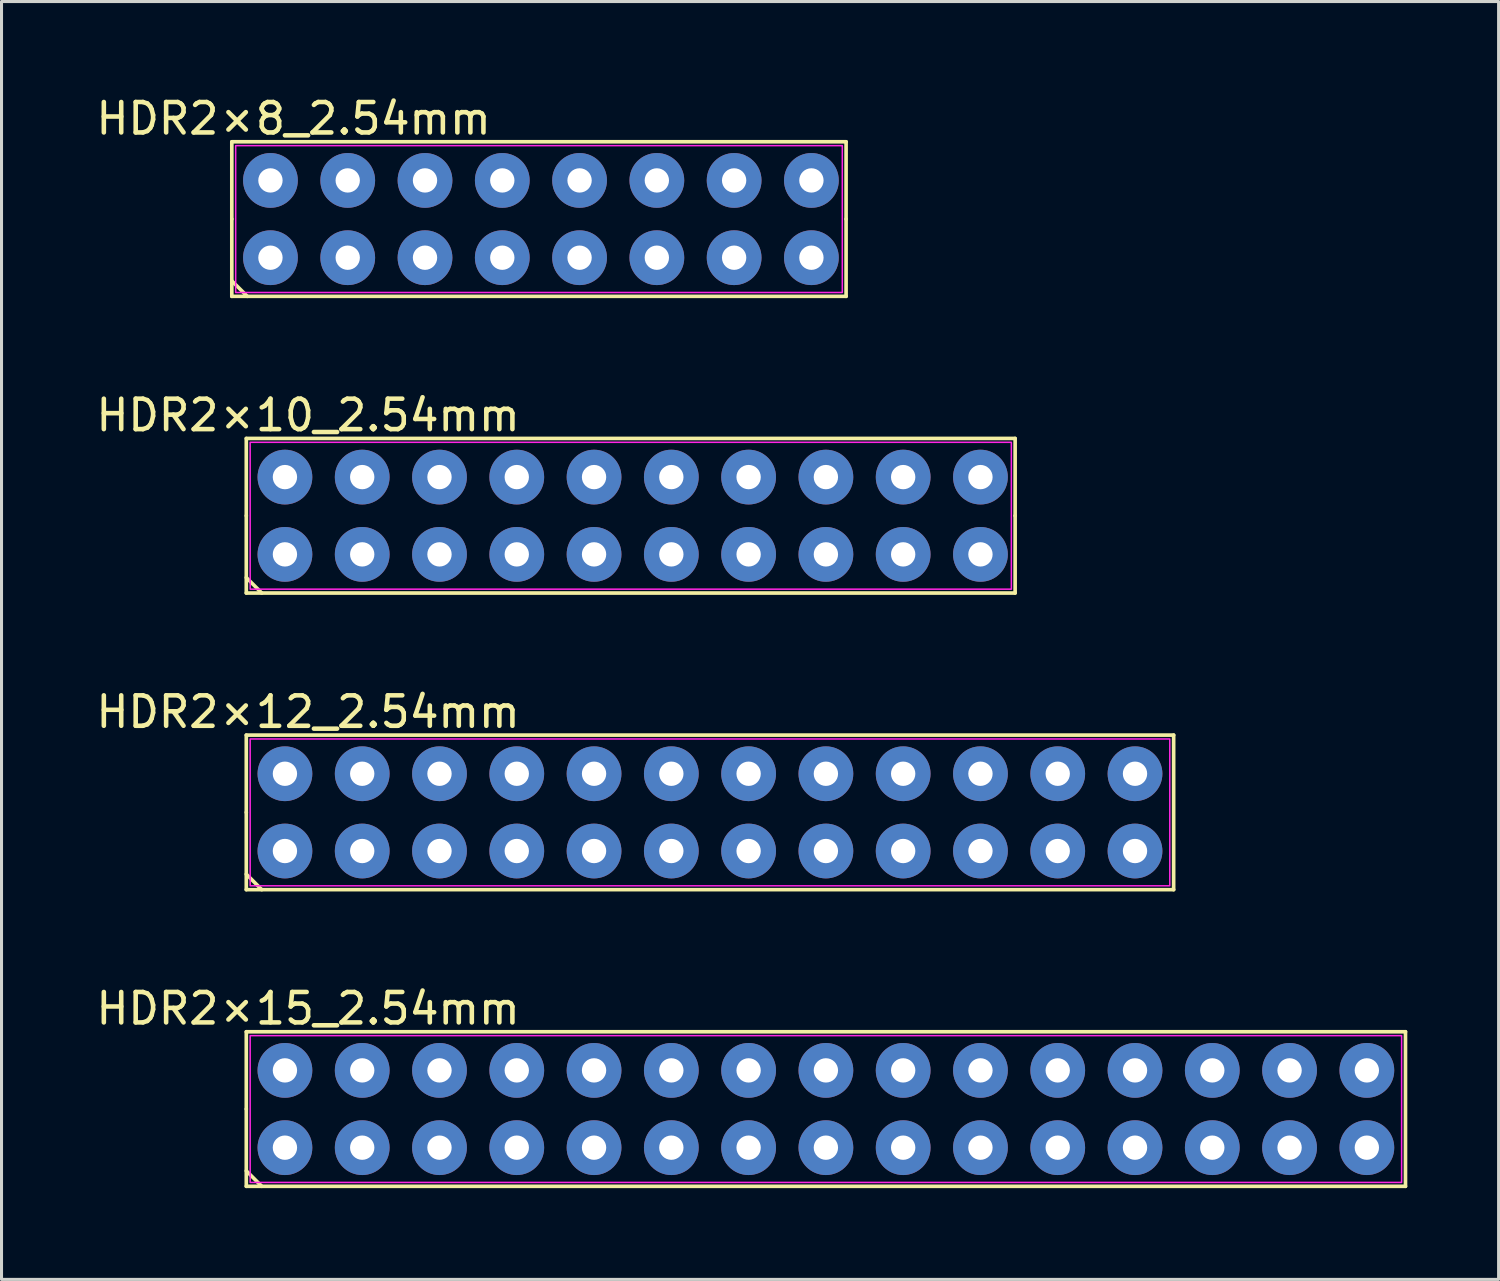
<source format=kicad_pcb>
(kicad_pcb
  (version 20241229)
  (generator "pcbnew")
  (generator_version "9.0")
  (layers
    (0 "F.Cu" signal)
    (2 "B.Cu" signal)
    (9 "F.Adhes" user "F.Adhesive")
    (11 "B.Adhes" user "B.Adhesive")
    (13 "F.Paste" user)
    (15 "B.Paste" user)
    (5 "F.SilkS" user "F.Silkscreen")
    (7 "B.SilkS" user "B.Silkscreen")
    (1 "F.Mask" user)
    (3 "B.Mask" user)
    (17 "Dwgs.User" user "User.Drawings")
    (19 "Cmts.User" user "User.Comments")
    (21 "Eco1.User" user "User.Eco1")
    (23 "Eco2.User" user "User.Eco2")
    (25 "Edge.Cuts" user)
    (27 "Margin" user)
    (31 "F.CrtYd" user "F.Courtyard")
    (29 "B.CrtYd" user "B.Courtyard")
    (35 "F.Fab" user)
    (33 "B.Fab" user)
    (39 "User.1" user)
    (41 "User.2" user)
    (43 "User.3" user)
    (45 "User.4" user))
  (footprint "HDR2×10_2.54mm"
    (layer "F.Cu")
    (at 6.315 15.171)
    (property "Reference" "HDR2×10_2.54mm" (at 0.762 -4.572 0) (layer "F.SilkS") (effects (font (size 1 1) (thickness 0.15))))
    (attr through_hole)
    (fp_line (start -1.27 -3.81) (end -1.27 -1.27) (stroke (width 0.12) (type solid)) (layer "F.SilkS"))
    (fp_line (start -1.27 -3.81) (end 24 -3.81) (stroke (width 0.12) (type solid)) (layer "F.SilkS"))
    (fp_line (start -1.27 -1.27) (end -1.27 1.27) (stroke (width 0.12) (type solid)) (layer "F.SilkS"))
    (fp_line (start -1.27 1.27) (end 24 1.27) (stroke (width 0.12) (type solid)) (layer "F.SilkS"))
    (fp_line (start -0.762 1.27) (end -1.27 0.762) (stroke (width 0.12) (type solid)) (layer "F.SilkS"))
    (fp_line (start 24 -3.81) (end 24 -1.27) (stroke (width 0.12) (type solid)) (layer "F.SilkS"))
    (fp_line (start 24 -1.27) (end 24 1.27) (stroke (width 0.12) (type solid)) (layer "F.SilkS"))
    (fp_rect (start -1.143 -3.683) (end 23.876 1.143) (stroke (width 0.05) (type default)) (fill no) (layer "F.CrtYd"))
    (pad "1" thru_hole circle (at 0 0) (size 1.8 1.8) (drill 0.8) (layers "*.Cu" "*.Mask"))
    (pad "2" thru_hole circle (at 0 -2.54) (size 1.8 1.8) (drill 0.8) (layers "*.Cu" "*.Mask"))
    (pad "3" thru_hole circle (at 2.54 0) (size 1.8 1.8) (drill 0.8) (layers "*.Cu" "*.Mask"))
    (pad "4" thru_hole circle (at 2.54 -2.54) (size 1.8 1.8) (drill 0.8) (layers "*.Cu" "*.Mask"))
    (pad "5" thru_hole circle (at 5.08 0) (size 1.8 1.8) (drill 0.8) (layers "*.Cu" "*.Mask"))
    (pad "6" thru_hole circle (at 5.08 -2.54) (size 1.8 1.8) (drill 0.8) (layers "*.Cu" "*.Mask"))
    (pad "7" thru_hole circle (at 7.62 0) (size 1.8 1.8) (drill 0.8) (layers "*.Cu" "*.Mask"))
    (pad "8" thru_hole circle (at 7.62 -2.54) (size 1.8 1.8) (drill 0.8) (layers "*.Cu" "*.Mask"))
    (pad "9" thru_hole circle (at 10.16 0) (size 1.8 1.8) (drill 0.8) (layers "*.Cu" "*.Mask"))
    (pad "10" thru_hole circle (at 10.16 -2.54) (size 1.8 1.8) (drill 0.8) (layers "*.Cu" "*.Mask"))
    (pad "11" thru_hole circle (at 12.7 0) (size 1.8 1.8) (drill 0.8) (layers "*.Cu" "*.Mask"))
    (pad "12" thru_hole circle (at 12.7 -2.54) (size 1.8 1.8) (drill 0.8) (layers "*.Cu" "*.Mask"))
    (pad "13" thru_hole circle (at 15.24 0) (size 1.8 1.8) (drill 0.8) (layers "*.Cu" "*.Mask"))
    (pad "14" thru_hole circle (at 15.24 -2.54) (size 1.8 1.8) (drill 0.8) (layers "*.Cu" "*.Mask"))
    (pad "15" thru_hole circle (at 17.78 0) (size 1.8 1.8) (drill 0.8) (layers "*.Cu" "*.Mask"))
    (pad "16" thru_hole circle (at 17.78 -2.54) (size 1.8 1.8) (drill 0.8) (layers "*.Cu" "*.Mask"))
    (pad "17" thru_hole circle (at 20.32 0) (size 1.8 1.8) (drill 0.8) (layers "*.Cu" "*.Mask"))
    (pad "18" thru_hole circle (at 20.32 -2.54) (size 1.8 1.8) (drill 0.8) (layers "*.Cu" "*.Mask"))
    (pad "19" thru_hole circle (at 22.86 0) (size 1.8 1.8) (drill 0.8) (layers "*.Cu" "*.Mask"))
    (pad "20" thru_hole circle (at 22.86 -2.54) (size 1.8 1.8) (drill 0.8) (layers "*.Cu" "*.Mask")))
  (footprint "HDR2×12_2.54mm"
    (layer "F.Cu")
    (at 6.315 24.921)
    (property "Reference" "HDR2×12_2.54mm" (at 0.762 -4.572 0) (layer "F.SilkS") (effects (font (size 1 1) (thickness 0.15))))
    (attr through_hole)
    (fp_line (start -1.27 -3.81) (end -1.27 -1.27) (stroke (width 0.12) (type solid)) (layer "F.SilkS"))
    (fp_line (start -1.27 -3.81) (end 29.21 -3.81) (stroke (width 0.12) (type solid)) (layer "F.SilkS"))
    (fp_line (start -1.27 -1.27) (end -1.27 1.27) (stroke (width 0.12) (type solid)) (layer "F.SilkS"))
    (fp_line (start -1.27 1.27) (end 29.21 1.27) (stroke (width 0.12) (type solid)) (layer "F.SilkS"))
    (fp_line (start -0.762 1.27) (end -1.27 0.762) (stroke (width 0.12) (type solid)) (layer "F.SilkS"))
    (fp_line (start 29.21 -3.81) (end 29.21 1.27) (stroke (width 0.12) (type solid)) (layer "F.SilkS"))
    (fp_rect (start -1.143 -3.683) (end 29.083 1.143) (stroke (width 0.05) (type default)) (fill no) (layer "F.CrtYd"))
    (pad "1" thru_hole circle (at 0 0) (size 1.8 1.8) (drill 0.8) (layers "*.Cu" "*.Mask"))
    (pad "2" thru_hole circle (at 0 -2.54) (size 1.8 1.8) (drill 0.8) (layers "*.Cu" "*.Mask"))
    (pad "3" thru_hole circle (at 2.54 0) (size 1.8 1.8) (drill 0.8) (layers "*.Cu" "*.Mask"))
    (pad "4" thru_hole circle (at 2.54 -2.54) (size 1.8 1.8) (drill 0.8) (layers "*.Cu" "*.Mask"))
    (pad "5" thru_hole circle (at 5.08 0) (size 1.8 1.8) (drill 0.8) (layers "*.Cu" "*.Mask"))
    (pad "6" thru_hole circle (at 5.08 -2.54) (size 1.8 1.8) (drill 0.8) (layers "*.Cu" "*.Mask"))
    (pad "7" thru_hole circle (at 7.62 0) (size 1.8 1.8) (drill 0.8) (layers "*.Cu" "*.Mask"))
    (pad "8" thru_hole circle (at 7.62 -2.54) (size 1.8 1.8) (drill 0.8) (layers "*.Cu" "*.Mask"))
    (pad "9" thru_hole circle (at 10.16 0) (size 1.8 1.8) (drill 0.8) (layers "*.Cu" "*.Mask"))
    (pad "10" thru_hole circle (at 10.16 -2.54) (size 1.8 1.8) (drill 0.8) (layers "*.Cu" "*.Mask"))
    (pad "11" thru_hole circle (at 12.7 0) (size 1.8 1.8) (drill 0.8) (layers "*.Cu" "*.Mask"))
    (pad "12" thru_hole circle (at 12.7 -2.54) (size 1.8 1.8) (drill 0.8) (layers "*.Cu" "*.Mask"))
    (pad "13" thru_hole circle (at 15.24 0) (size 1.8 1.8) (drill 0.8) (layers "*.Cu" "*.Mask"))
    (pad "14" thru_hole circle (at 15.24 -2.54) (size 1.8 1.8) (drill 0.8) (layers "*.Cu" "*.Mask"))
    (pad "15" thru_hole circle (at 17.78 0) (size 1.8 1.8) (drill 0.8) (layers "*.Cu" "*.Mask"))
    (pad "16" thru_hole circle (at 17.78 -2.54) (size 1.8 1.8) (drill 0.8) (layers "*.Cu" "*.Mask"))
    (pad "17" thru_hole circle (at 20.32 0) (size 1.8 1.8) (drill 0.8) (layers "*.Cu" "*.Mask"))
    (pad "18" thru_hole circle (at 20.32 -2.54) (size 1.8 1.8) (drill 0.8) (layers "*.Cu" "*.Mask"))
    (pad "19" thru_hole circle (at 22.86 0) (size 1.8 1.8) (drill 0.8) (layers "*.Cu" "*.Mask"))
    (pad "20" thru_hole circle (at 22.86 -2.54) (size 1.8 1.8) (drill 0.8) (layers "*.Cu" "*.Mask"))
    (pad "21" thru_hole circle (at 25.4 0) (size 1.8 1.8) (drill 0.8) (layers "*.Cu" "*.Mask"))
    (pad "22" thru_hole circle (at 25.4 -2.54) (size 1.8 1.8) (drill 0.8) (layers "*.Cu" "*.Mask"))
    (pad "23" thru_hole circle (at 27.94 0) (size 1.8 1.8) (drill 0.8) (layers "*.Cu" "*.Mask"))
    (pad "24" thru_hole circle (at 27.94 -2.54) (size 1.8 1.8) (drill 0.8) (layers "*.Cu" "*.Mask")))
  (footprint "HDR2×8_2.54mm"
    (layer "F.Cu")
    (at 5.839 5.42)
    (property "Reference" "HDR2×8_2.54mm" (at 0.762 -4.572 0) (layer "F.SilkS") (effects (font (size 1 1) (thickness 0.15))))
    (attr through_hole)
    (fp_line (start -1.27 -3.81) (end -1.27 -1.27) (stroke (width 0.12) (type solid)) (layer "F.SilkS"))
    (fp_line (start -1.27 -3.81) (end 18.92 -3.81) (stroke (width 0.12) (type solid)) (layer "F.SilkS"))
    (fp_line (start -1.27 -1.27) (end -1.27 1.27) (stroke (width 0.12) (type solid)) (layer "F.SilkS"))
    (fp_line (start -1.27 1.27) (end 18.92 1.27) (stroke (width 0.12) (type solid)) (layer "F.SilkS"))
    (fp_line (start -0.762 1.27) (end -1.27 0.762) (stroke (width 0.12) (type solid)) (layer "F.SilkS"))
    (fp_line (start 18.92 -3.81) (end 18.92 -1.27) (stroke (width 0.12) (type solid)) (layer "F.SilkS"))
    (fp_line (start 18.92 -1.27) (end 18.92 1.27) (stroke (width 0.12) (type solid)) (layer "F.SilkS"))
    (fp_rect (start -1.143 -3.683) (end 18.796 1.143) (stroke (width 0.05) (type default)) (fill no) (layer "F.CrtYd"))
    (pad "1" thru_hole circle (at 0 0) (size 1.8 1.8) (drill 0.8) (layers "*.Cu" "*.Mask"))
    (pad "2" thru_hole circle (at 0 -2.54) (size 1.8 1.8) (drill 0.8) (layers "*.Cu" "*.Mask"))
    (pad "3" thru_hole circle (at 2.54 0) (size 1.8 1.8) (drill 0.8) (layers "*.Cu" "*.Mask"))
    (pad "4" thru_hole circle (at 2.54 -2.54) (size 1.8 1.8) (drill 0.8) (layers "*.Cu" "*.Mask"))
    (pad "5" thru_hole circle (at 5.08 0) (size 1.8 1.8) (drill 0.8) (layers "*.Cu" "*.Mask"))
    (pad "6" thru_hole circle (at 5.08 -2.54) (size 1.8 1.8) (drill 0.8) (layers "*.Cu" "*.Mask"))
    (pad "7" thru_hole circle (at 7.62 0) (size 1.8 1.8) (drill 0.8) (layers "*.Cu" "*.Mask"))
    (pad "8" thru_hole circle (at 7.62 -2.54) (size 1.8 1.8) (drill 0.8) (layers "*.Cu" "*.Mask"))
    (pad "9" thru_hole circle (at 10.16 0) (size 1.8 1.8) (drill 0.8) (layers "*.Cu" "*.Mask"))
    (pad "10" thru_hole circle (at 10.16 -2.54) (size 1.8 1.8) (drill 0.8) (layers "*.Cu" "*.Mask"))
    (pad "11" thru_hole circle (at 12.7 0) (size 1.8 1.8) (drill 0.8) (layers "*.Cu" "*.Mask"))
    (pad "12" thru_hole circle (at 12.7 -2.54) (size 1.8 1.8) (drill 0.8) (layers "*.Cu" "*.Mask"))
    (pad "13" thru_hole circle (at 15.24 0) (size 1.8 1.8) (drill 0.8) (layers "*.Cu" "*.Mask"))
    (pad "14" thru_hole circle (at 15.24 -2.54) (size 1.8 1.8) (drill 0.8) (layers "*.Cu" "*.Mask"))
    (pad "15" thru_hole circle (at 17.78 0) (size 1.8 1.8) (drill 0.8) (layers "*.Cu" "*.Mask"))
    (pad "16" thru_hole circle (at 17.78 -2.54) (size 1.8 1.8) (drill 0.8) (layers "*.Cu" "*.Mask")))
  (footprint "HDR2×15_2.54mm"
    (layer "F.Cu")
    (at 6.315 34.671)
    (property "Reference" "HDR2×15_2.54mm" (at 0.762 -4.572 0) (layer "F.SilkS") (effects (font (size 1 1) (thickness 0.15))))
    (attr through_hole)
    (fp_line (start -1.27 -3.81) (end -1.27 -1.27) (stroke (width 0.12) (type solid)) (layer "F.SilkS"))
    (fp_line (start -1.27 -3.81) (end 36.83 -3.81) (stroke (width 0.12) (type solid)) (layer "F.SilkS"))
    (fp_line (start -1.27 -1.27) (end -1.27 1.27) (stroke (width 0.12) (type solid)) (layer "F.SilkS"))
    (fp_line (start -1.27 1.27) (end 36.83 1.27) (stroke (width 0.12) (type solid)) (layer "F.SilkS"))
    (fp_line (start -0.762 1.27) (end -1.27 0.762) (stroke (width 0.12) (type solid)) (layer "F.SilkS"))
    (fp_line (start 36.83 -3.81) (end 36.83 1.27) (stroke (width 0.12) (type solid)) (layer "F.SilkS"))
    (fp_rect (start -1.143 -3.683) (end 36.703 1.143) (stroke (width 0.05) (type default)) (fill no) (layer "F.CrtYd"))
    (pad "1" thru_hole circle (at 0 0) (size 1.8 1.8) (drill 0.8) (layers "*.Cu" "*.Mask"))
    (pad "2" thru_hole circle (at 0 -2.54) (size 1.8 1.8) (drill 0.8) (layers "*.Cu" "*.Mask"))
    (pad "3" thru_hole circle (at 2.54 0) (size 1.8 1.8) (drill 0.8) (layers "*.Cu" "*.Mask"))
    (pad "4" thru_hole circle (at 2.54 -2.54) (size 1.8 1.8) (drill 0.8) (layers "*.Cu" "*.Mask"))
    (pad "5" thru_hole circle (at 5.08 0) (size 1.8 1.8) (drill 0.8) (layers "*.Cu" "*.Mask"))
    (pad "6" thru_hole circle (at 5.08 -2.54) (size 1.8 1.8) (drill 0.8) (layers "*.Cu" "*.Mask"))
    (pad "7" thru_hole circle (at 7.62 0) (size 1.8 1.8) (drill 0.8) (layers "*.Cu" "*.Mask"))
    (pad "8" thru_hole circle (at 7.62 -2.54) (size 1.8 1.8) (drill 0.8) (layers "*.Cu" "*.Mask"))
    (pad "9" thru_hole circle (at 10.16 0) (size 1.8 1.8) (drill 0.8) (layers "*.Cu" "*.Mask"))
    (pad "10" thru_hole circle (at 10.16 -2.54) (size 1.8 1.8) (drill 0.8) (layers "*.Cu" "*.Mask"))
    (pad "11" thru_hole circle (at 12.7 0) (size 1.8 1.8) (drill 0.8) (layers "*.Cu" "*.Mask"))
    (pad "12" thru_hole circle (at 12.7 -2.54) (size 1.8 1.8) (drill 0.8) (layers "*.Cu" "*.Mask"))
    (pad "13" thru_hole circle (at 15.24 0) (size 1.8 1.8) (drill 0.8) (layers "*.Cu" "*.Mask"))
    (pad "14" thru_hole circle (at 15.24 -2.54) (size 1.8 1.8) (drill 0.8) (layers "*.Cu" "*.Mask"))
    (pad "15" thru_hole circle (at 17.78 0) (size 1.8 1.8) (drill 0.8) (layers "*.Cu" "*.Mask"))
    (pad "16" thru_hole circle (at 17.78 -2.54) (size 1.8 1.8) (drill 0.8) (layers "*.Cu" "*.Mask"))
    (pad "17" thru_hole circle (at 20.32 0) (size 1.8 1.8) (drill 0.8) (layers "*.Cu" "*.Mask"))
    (pad "18" thru_hole circle (at 20.32 -2.54) (size 1.8 1.8) (drill 0.8) (layers "*.Cu" "*.Mask"))
    (pad "19" thru_hole circle (at 22.86 0) (size 1.8 1.8) (drill 0.8) (layers "*.Cu" "*.Mask"))
    (pad "20" thru_hole circle (at 22.86 -2.54) (size 1.8 1.8) (drill 0.8) (layers "*.Cu" "*.Mask"))
    (pad "21" thru_hole circle (at 25.4 0) (size 1.8 1.8) (drill 0.8) (layers "*.Cu" "*.Mask"))
    (pad "22" thru_hole circle (at 25.4 -2.54) (size 1.8 1.8) (drill 0.8) (layers "*.Cu" "*.Mask"))
    (pad "23" thru_hole circle (at 27.94 0) (size 1.8 1.8) (drill 0.8) (layers "*.Cu" "*.Mask"))
    (pad "24" thru_hole circle (at 27.94 -2.54) (size 1.8 1.8) (drill 0.8) (layers "*.Cu" "*.Mask"))
    (pad "25" thru_hole circle (at 30.48 0) (size 1.8 1.8) (drill 0.8) (layers "*.Cu" "*.Mask"))
    (pad "26" thru_hole circle (at 30.48 -2.54) (size 1.8 1.8) (drill 0.8) (layers "*.Cu" "*.Mask"))
    (pad "27" thru_hole circle (at 33.02 0) (size 1.8 1.8) (drill 0.8) (layers "*.Cu" "*.Mask"))
    (pad "28" thru_hole circle (at 33.02 -2.54) (size 1.8 1.8) (drill 0.8) (layers "*.Cu" "*.Mask"))
    (pad "29" thru_hole circle (at 35.56 0) (size 1.8 1.8) (drill 0.8) (layers "*.Cu" "*.Mask"))
    (pad "30" thru_hole circle (at 35.56 -2.54) (size 1.8 1.8) (drill 0.8) (layers "*.Cu" "*.Mask")))
  (gr_rect
    (start -3 -3)
    (end 46.205 39.001)
    (stroke (width 0.1) (type default))
    (fill no)
    (layer "Edge.Cuts")))
</source>
